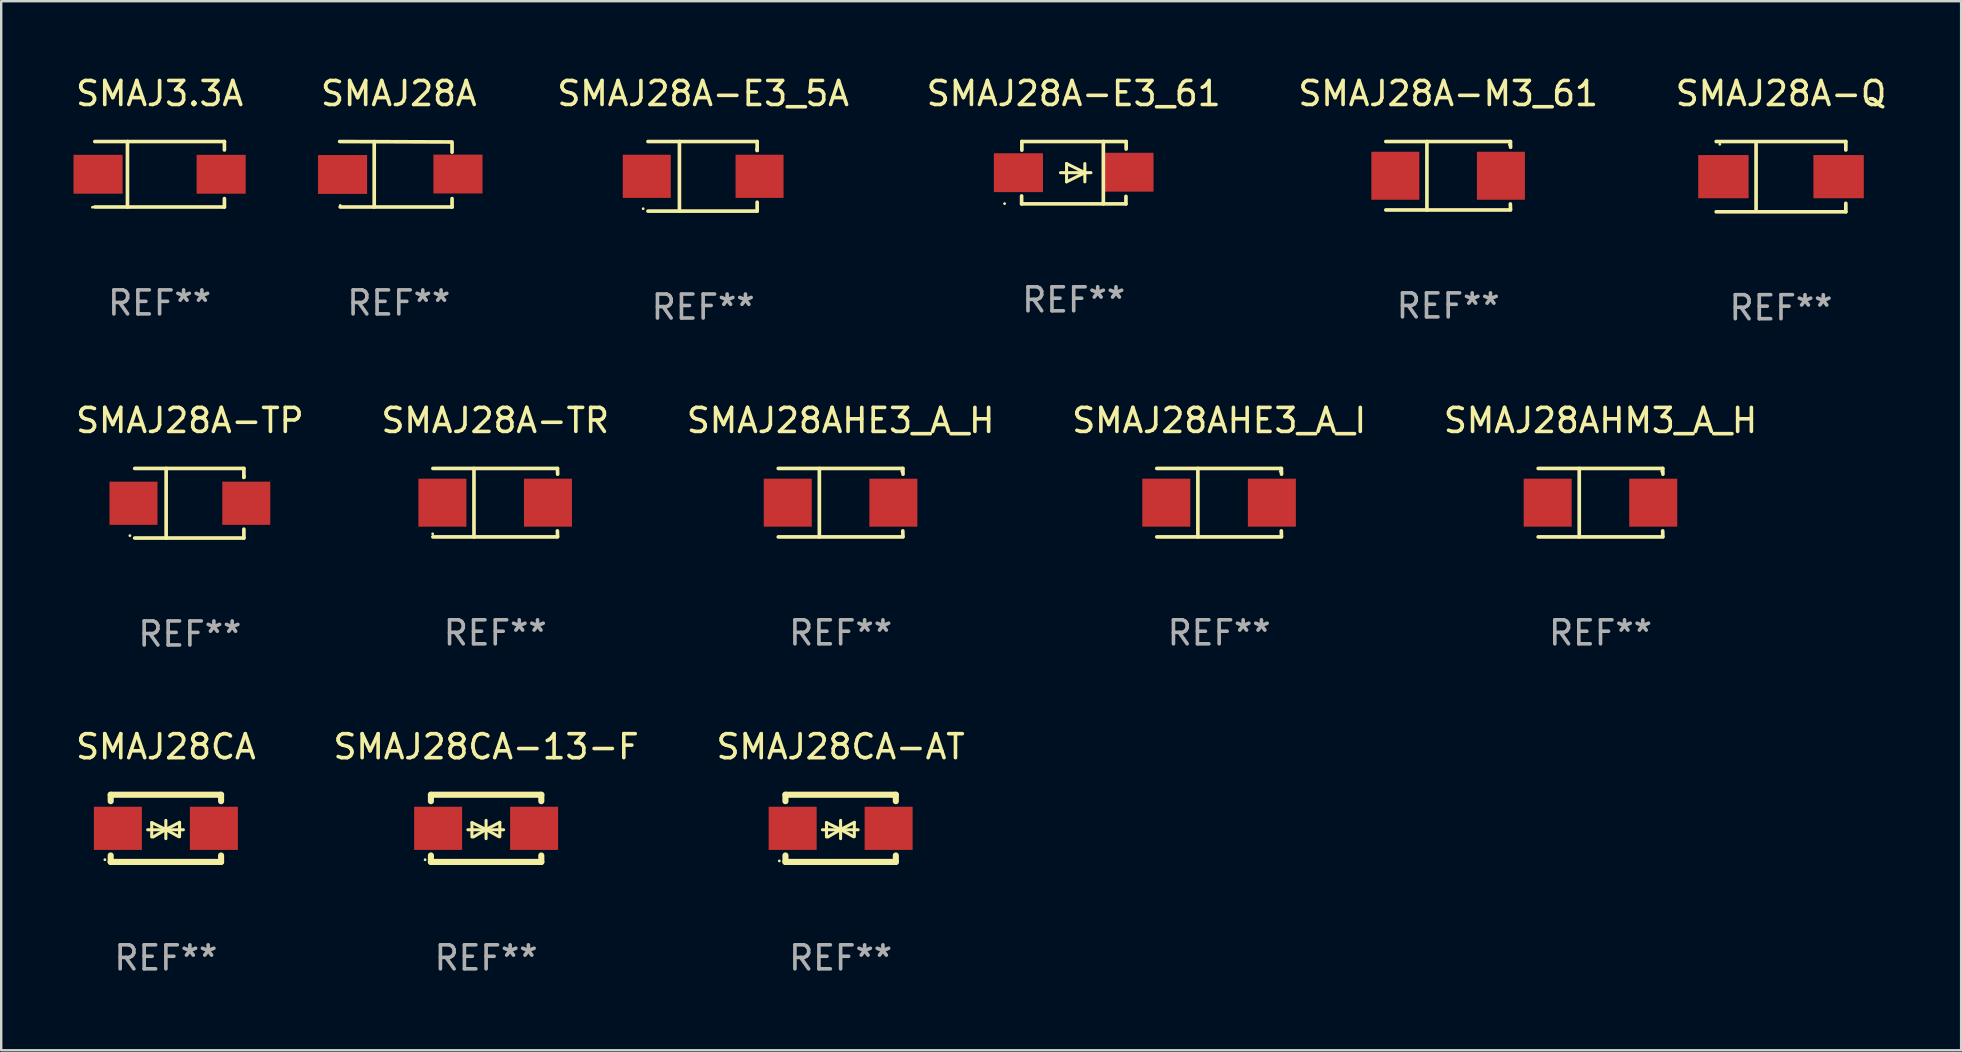
<source format=kicad_pcb>
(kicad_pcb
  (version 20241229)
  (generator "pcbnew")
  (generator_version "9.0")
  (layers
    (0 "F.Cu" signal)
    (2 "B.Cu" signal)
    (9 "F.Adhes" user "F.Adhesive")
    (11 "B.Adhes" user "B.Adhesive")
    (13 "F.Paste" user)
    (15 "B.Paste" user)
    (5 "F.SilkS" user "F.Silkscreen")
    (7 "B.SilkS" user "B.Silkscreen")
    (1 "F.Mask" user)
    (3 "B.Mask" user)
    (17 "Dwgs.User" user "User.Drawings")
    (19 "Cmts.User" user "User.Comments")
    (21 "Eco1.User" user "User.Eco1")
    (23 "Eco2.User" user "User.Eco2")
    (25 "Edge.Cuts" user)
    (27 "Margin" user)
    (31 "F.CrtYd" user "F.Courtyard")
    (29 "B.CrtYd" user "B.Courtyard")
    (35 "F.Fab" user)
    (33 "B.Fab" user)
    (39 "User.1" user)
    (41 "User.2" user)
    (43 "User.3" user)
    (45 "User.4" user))
  (footprint "SMAJ3.3A"
    (layer "F.Cu")
    (at 3.601 4.212)
    (property "Reference" "SMAJ3.3A" (at 0 -3.364 0) (layer "F.SilkS") (effects (font (size 1 1) (thickness 0.15))))
    (attr through_hole)
    (fp_line (start -2.701 -1.364) (end 2.701 -1.364) (stroke (width 0.152) (type solid)) (layer "F.SilkS"))
    (fp_line (start -2.701 1.364) (end 2.701 1.364) (stroke (width 0.152) (type solid)) (layer "F.SilkS"))
    (fp_line (start -1.339 -1.364) (end -1.339 1.364) (stroke (width 0.152) (type solid)) (layer "F.SilkS"))
    (fp_line (start 2.701 -1.364) (end 2.701 -1.013) (stroke (width 0.152) (type solid)) (layer "F.SilkS"))
    (fp_line (start 2.701 1.364) (end 2.701 1.013) (stroke (width 0.152) (type solid)) (layer "F.SilkS"))
    (fp_circle (center -2.8 1.375) (end -2.77 1.375) (stroke (width 0.06) (type solid)) (fill no) (layer "F.SilkS"))
    (fp_text user "REF**" (at 0 5.364 0) (layer "F.Fab") (effects (font (size 1 1) (thickness 0.15))))
    (pad "1" smd rect (at -2.565 -0.000025) (size 2.046 1.62) (layers "F.Cu" "F.Mask" "F.Paste"))
    (pad "2" smd rect (at 2.565 -0.000025) (size 2.046 1.62) (layers "F.Cu" "F.Mask" "F.Paste")))
  (footprint "SMAJ28CA"
    (layer "F.Cu")
    (at 3.863 31.469)
    (property "Reference" "SMAJ28CA" (at 0 -3.4 0) (layer "F.SilkS") (effects (font (size 1 1) (thickness 0.15))))
    (attr through_hole)
    (fp_line (start -2.3 -1.4) (end -2.3 -1.131) (stroke (width 0.254) (type solid)) (layer "F.SilkS"))
    (fp_line (start -2.3 -1.4) (end 2.3 -1.4) (stroke (width 0.254) (type solid)) (layer "F.SilkS"))
    (fp_line (start -2.3 1.131) (end -2.3 1.4) (stroke (width 0.254) (type solid)) (layer "F.SilkS"))
    (fp_line (start -2.3 1.4) (end 2.3 1.4) (stroke (width 0.254) (type solid)) (layer "F.SilkS"))
    (fp_line (start -0.76 0.06) (end 0.73 0.06) (stroke (width 0.127) (type solid)) (layer "F.SilkS"))
    (fp_line (start -0.59 -0.24) (end -0.59 0.36) (stroke (width 0.127) (type solid)) (layer "F.SilkS"))
    (fp_line (start -0.59 -0.24) (end -0.002 0.049) (stroke (width 0.127) (type solid)) (layer "F.SilkS"))
    (fp_line (start -0.53 0.36) (end -0.002 0.049) (stroke (width 0.127) (type solid)) (layer "F.SilkS"))
    (fp_line (start -0.002 0.049) (end -0.002 -0.332) (stroke (width 0.127) (type solid)) (layer "F.SilkS"))
    (fp_line (start -0.002 0.049) (end -0.002 0.43) (stroke (width 0.127) (type solid)) (layer "F.SilkS"))
    (fp_line (start 0.54 0.35) (end -0.002 0.049) (stroke (width 0.127) (type solid)) (layer "F.SilkS"))
    (fp_line (start 0.57 -0.25) (end -0.002 0.049) (stroke (width 0.127) (type solid)) (layer "F.SilkS"))
    (fp_line (start 0.57 -0.25) (end 0.57 0.35) (stroke (width 0.127) (type solid)) (layer "F.SilkS"))
    (fp_line (start 2.3 -1.4) (end 2.3 -1.131) (stroke (width 0.254) (type solid)) (layer "F.SilkS"))
    (fp_line (start 2.3 1.131) (end 2.3 1.4) (stroke (width 0.254) (type solid)) (layer "F.SilkS"))
    (fp_circle (center -2.542 1.308) (end -2.512 1.308) (stroke (width 0.06) (type solid)) (fill no) (layer "F.SilkS"))
    (fp_text user "REF**" (at 0 5.4 0) (layer "F.Fab") (effects (font (size 1 1) (thickness 0.15))))
    (pad "1" smd rect (at -2 0) (size 2 1.8) (layers "F.Cu" "F.Mask" "F.Paste"))
    (pad "2" smd rect (at 2 0) (size 2 1.8) (layers "F.Cu" "F.Mask" "F.Paste")))
  (footprint "SMAJ28A-Q"
    (layer "F.Cu")
    (at 71.17 4.312)
    (property "Reference" "SMAJ28A-Q" (at 0 -3.464 0) (layer "F.SilkS") (effects (font (size 1 1) (thickness 0.15))))
    (attr through_hole)
    (fp_line (start -2.701 -1.464) (end 2.701 -1.464) (stroke (width 0.152) (type solid)) (layer "F.SilkS"))
    (fp_line (start -2.701 1.464) (end 2.701 1.464) (stroke (width 0.152) (type solid)) (layer "F.SilkS"))
    (fp_line (start -1.039 -1.364) (end -1.039 1.364) (stroke (width 0.152) (type solid)) (layer "F.SilkS"))
    (fp_line (start 2.701 -1.464) (end 2.701 -1.113) (stroke (width 0.152) (type solid)) (layer "F.SilkS"))
    (fp_line (start 2.701 1.464) (end 2.701 1.113) (stroke (width 0.152) (type solid)) (layer "F.SilkS"))
    (fp_circle (center -2.55 -1.35) (end -2.52 -1.35) (stroke (width 0.06) (type solid)) (fill no) (layer "F.SilkS"))
    (fp_text user "REF**" (at 0 5.464 0) (layer "F.Fab") (effects (font (size 1 1) (thickness 0.15))))
    (pad "1" smd rect (at -2.4 0) (size 2.1 1.8) (layers "F.Cu" "F.Mask" "F.Paste"))
    (pad "2" smd rect (at 2.4 0) (size 2.1 1.8) (layers "F.Cu" "F.Mask" "F.Paste")))
  (footprint "SMAJ28A-E3_61"
    (layer "F.Cu")
    (at 41.694 4.147)
    (property "Reference" "SMAJ28A-E3_61" (at 0 -3.299 0) (layer "F.SilkS") (effects (font (size 1 1) (thickness 0.15))))
    (attr through_hole)
    (fp_line (start -2.17 0.969) (end -2.17 1.299) (stroke (width 0.152) (type solid)) (layer "F.SilkS"))
    (fp_line (start -2.17 1.299) (end 2.177 1.299) (stroke (width 0.152) (type solid)) (layer "F.SilkS"))
    (fp_line (start -2.16 -1.299) (end 2.186 -1.299) (stroke (width 0.152) (type solid)) (layer "F.SilkS"))
    (fp_line (start -2.16 -0.94) (end -2.16 -1.299) (stroke (width 0.152) (type solid)) (layer "F.SilkS"))
    (fp_line (start -0.551 -0.000483) (end 0.719 -0.000483) (stroke (width 0.127) (type solid)) (layer "F.SilkS"))
    (fp_line (start -0.297 -0.381) (end 0.465 -0.000483) (stroke (width 0.127) (type solid)) (layer "F.SilkS"))
    (fp_line (start -0.297 -0.000483) (end -0.297 -0.381) (stroke (width 0.127) (type solid)) (layer "F.SilkS"))
    (fp_line (start -0.297 -0.000483) (end -0.297 0.381) (stroke (width 0.127) (type solid)) (layer "F.SilkS"))
    (fp_line (start -0.297 0.381) (end 0.465 -0.000483) (stroke (width 0.127) (type solid)) (layer "F.SilkS"))
    (fp_line (start 0.465 -0.000483) (end 0.465 -0.381) (stroke (width 0.127) (type solid)) (layer "F.SilkS"))
    (fp_line (start 0.465 -0.000483) (end 0.465 0.381) (stroke (width 0.127) (type solid)) (layer "F.SilkS"))
    (fp_line (start 1.236 -1.299) (end 1.236 1.299) (stroke (width 0.152) (type solid)) (layer "F.SilkS"))
    (fp_line (start 2.177 1.299) (end 2.177 0.988) (stroke (width 0.152) (type solid)) (layer "F.SilkS"))
    (fp_line (start 2.186 -1.299) (end 2.186 -0.987) (stroke (width 0.152) (type solid)) (layer "F.SilkS"))
    (fp_circle (center -2.879 1.289) (end -2.849 1.289) (stroke (width 0.06) (type solid)) (fill no) (layer "F.SilkS"))
    (fp_text user "REF**" (at 0 5.299 0) (layer "F.Fab") (effects (font (size 1 1) (thickness 0.15))))
    (pad "1" smd rect (at -2.304 -0.001) (size 2.046 1.62) (layers "F.Cu" "F.Mask" "F.Paste"))
    (pad "2" smd rect (at 2.304 -0.02 180) (size 2.046 1.62) (layers "F.Cu" "F.Mask" "F.Paste")))
  (footprint "SMAJ28A-M3_61"
    (layer "F.Cu")
    (at 57.301 4.274)
    (property "Reference" "SMAJ28A-M3_61" (at 0 -3.426 0) (layer "F.SilkS") (effects (font (size 1 1) (thickness 0.15))))
    (attr through_hole)
    (fp_line (start -2.6 -1.426) (end 2.593 -1.426) (stroke (width 0.152) (type solid)) (layer "F.SilkS"))
    (fp_line (start -2.6 1.426) (end 2.593 1.426) (stroke (width 0.152) (type solid)) (layer "F.SilkS"))
    (fp_line (start -0.887 -1.426) (end -0.887 1.426) (stroke (width 0.152) (type solid)) (layer "F.SilkS"))
    (fp_line (start 2.59 1.176) (end 2.597 1.415) (stroke (width 0.152) (type solid)) (layer "F.SilkS"))
    (fp_line (start 2.593 -1.426) (end 2.6 -1.187) (stroke (width 0.152) (type solid)) (layer "F.SilkS"))
    (fp_circle (center 2.547 -1.3) (end 2.577 -1.3) (stroke (width 0.06) (type solid)) (fill no) (layer "F.SilkS"))
    (fp_text user "REF**" (at 0 5.426 0) (layer "F.Fab") (effects (font (size 1 1) (thickness 0.15))))
    (pad "1" smd rect (at 2.197 -0.000025 180) (size 2 2) (layers "F.Cu" "F.Mask" "F.Paste"))
    (pad "2" smd rect (at -2.203 -0.000025 180) (size 2 2) (layers "F.Cu" "F.Mask" "F.Paste")))
  (footprint "SMAJ28CA-AT"
    (layer "F.Cu")
    (at 31.982 31.469)
    (property "Reference" "SMAJ28CA-AT" (at 0 -3.4 0) (layer "F.SilkS") (effects (font (size 1 1) (thickness 0.15))))
    (attr through_hole)
    (fp_line (start -2.3 -1.4) (end -2.3 -1.131) (stroke (width 0.254) (type solid)) (layer "F.SilkS"))
    (fp_line (start -2.3 -1.4) (end 2.3 -1.4) (stroke (width 0.254) (type solid)) (layer "F.SilkS"))
    (fp_line (start -2.3 1.131) (end -2.3 1.4) (stroke (width 0.254) (type solid)) (layer "F.SilkS"))
    (fp_line (start -2.3 1.4) (end 2.3 1.4) (stroke (width 0.254) (type solid)) (layer "F.SilkS"))
    (fp_line (start -0.76 0.06) (end 0.73 0.06) (stroke (width 0.127) (type solid)) (layer "F.SilkS"))
    (fp_line (start -0.59 -0.24) (end -0.59 0.36) (stroke (width 0.127) (type solid)) (layer "F.SilkS"))
    (fp_line (start -0.59 -0.24) (end -0.002 0.049) (stroke (width 0.127) (type solid)) (layer "F.SilkS"))
    (fp_line (start -0.53 0.36) (end -0.002 0.049) (stroke (width 0.127) (type solid)) (layer "F.SilkS"))
    (fp_line (start -0.002 0.049) (end -0.002 -0.332) (stroke (width 0.127) (type solid)) (layer "F.SilkS"))
    (fp_line (start -0.002 0.049) (end -0.002 0.43) (stroke (width 0.127) (type solid)) (layer "F.SilkS"))
    (fp_line (start 0.54 0.35) (end -0.002 0.049) (stroke (width 0.127) (type solid)) (layer "F.SilkS"))
    (fp_line (start 0.57 -0.25) (end -0.002 0.049) (stroke (width 0.127) (type solid)) (layer "F.SilkS"))
    (fp_line (start 0.57 -0.25) (end 0.57 0.35) (stroke (width 0.127) (type solid)) (layer "F.SilkS"))
    (fp_line (start 2.3 -1.4) (end 2.3 -1.131) (stroke (width 0.254) (type solid)) (layer "F.SilkS"))
    (fp_line (start 2.3 1.131) (end 2.3 1.4) (stroke (width 0.254) (type solid)) (layer "F.SilkS"))
    (fp_circle (center -2.555 1.358) (end -2.525 1.358) (stroke (width 0.06) (type solid)) (fill no) (layer "F.SilkS"))
    (fp_text user "REF**" (at 0 5.4 0) (layer "F.Fab") (effects (font (size 1 1) (thickness 0.15))))
    (pad "1" smd rect (at -2 -0.000025) (size 2 1.8) (layers "F.Cu" "F.Mask" "F.Paste"))
    (pad "2" smd rect (at 2 -0.000025) (size 2 1.8) (layers "F.Cu" "F.Mask" "F.Paste")))
  (footprint "SMAJ28A-TR"
    (layer "F.Cu")
    (at 17.589 17.898)
    (property "Reference" "SMAJ28A-TR" (at 0 -3.426 0) (layer "F.SilkS") (effects (font (size 1 1) (thickness 0.15))))
    (attr through_hole)
    (fp_line (start -2.6 -1.426) (end 2.593 -1.426) (stroke (width 0.152) (type solid)) (layer "F.SilkS"))
    (fp_line (start -2.6 1.426) (end 2.593 1.426) (stroke (width 0.152) (type solid)) (layer "F.SilkS"))
    (fp_line (start -0.887 -1.426) (end -0.887 1.426) (stroke (width 0.152) (type solid)) (layer "F.SilkS"))
    (fp_line (start 2.59 1.176) (end 2.597 1.415) (stroke (width 0.152) (type solid)) (layer "F.SilkS"))
    (fp_line (start 2.593 -1.426) (end 2.6 -1.187) (stroke (width 0.152) (type solid)) (layer "F.SilkS"))
    (fp_circle (center -2.608 1.3) (end -2.578 1.3) (stroke (width 0.06) (type solid)) (fill no) (layer "F.SilkS"))
    (fp_text user "REF**" (at 0 5.426 0) (layer "F.Fab") (effects (font (size 1 1) (thickness 0.15))))
    (pad "1" smd rect (at -2.203 0 180) (size 2 2) (layers "F.Cu" "F.Mask" "F.Paste"))
    (pad "2" smd rect (at 2.197 0 180) (size 2 2) (layers "F.Cu" "F.Mask" "F.Paste")))
  (footprint "SMAJ28A-TP"
    (layer "F.Cu")
    (at 4.863 17.922)
    (property "Reference" "SMAJ28A-TP" (at 0 -3.45 0) (layer "F.SilkS") (effects (font (size 1 1) (thickness 0.15))))
    (attr through_hole)
    (fp_line (start -2.3 -1.45) (end 2.25 -1.45) (stroke (width 0.152) (type solid)) (layer "F.SilkS"))
    (fp_line (start -0.989 -1.45) (end -0.989 1.45) (stroke (width 0.152) (type solid)) (layer "F.SilkS"))
    (fp_line (start 2.25 -1.45) (end 2.25 -1.08) (stroke (width 0.152) (type solid)) (layer "F.SilkS"))
    (fp_line (start 2.25 -1.08) (end 2.25 -1.142) (stroke (width 0.152) (type solid)) (layer "F.SilkS"))
    (fp_line (start 2.25 1.45) (end -2.3 1.45) (stroke (width 0.152) (type solid)) (layer "F.SilkS"))
    (fp_line (start 2.25 1.45) (end 2.25 1.08) (stroke (width 0.152) (type solid)) (layer "F.SilkS"))
    (fp_circle (center -2.5 1.35) (end -2.47 1.35) (stroke (width 0.06) (type solid)) (fill no) (layer "F.SilkS"))
    (fp_text user "REF**" (at 0 5.45 0) (layer "F.Fab") (effects (font (size 1 1) (thickness 0.15))))
    (pad "1" smd rect (at -2.35 0.000025) (size 2 1.8) (layers "F.Cu" "F.Mask" "F.Paste"))
    (pad "2" smd rect (at 2.35 0.000025) (size 2 1.8) (layers "F.Cu" "F.Mask" "F.Paste")))
  (footprint "SMAJ28AHE3_A_I"
    (layer "F.Cu")
    (at 47.756 17.898)
    (property "Reference" "SMAJ28AHE3_A_I" (at 0 -3.426 0) (layer "F.SilkS") (effects (font (size 1 1) (thickness 0.15))))
    (attr through_hole)
    (fp_line (start -2.6 -1.426) (end 2.593 -1.426) (stroke (width 0.152) (type solid)) (layer "F.SilkS"))
    (fp_line (start -2.6 1.426) (end 2.593 1.426) (stroke (width 0.152) (type solid)) (layer "F.SilkS"))
    (fp_line (start -0.887 -1.426) (end -0.887 1.426) (stroke (width 0.152) (type solid)) (layer "F.SilkS"))
    (fp_line (start 2.59 1.176) (end 2.597 1.415) (stroke (width 0.152) (type solid)) (layer "F.SilkS"))
    (fp_line (start 2.593 -1.426) (end 2.6 -1.187) (stroke (width 0.152) (type solid)) (layer "F.SilkS"))
    (fp_circle (center 2.547 -1.3) (end 2.577 -1.3) (stroke (width 0.06) (type solid)) (fill no) (layer "F.SilkS"))
    (fp_text user "REF**" (at 0 5.426 0) (layer "F.Fab") (effects (font (size 1 1) (thickness 0.15))))
    (pad "1" smd rect (at 2.197 -0.000025 180) (size 2 2) (layers "F.Cu" "F.Mask" "F.Paste"))
    (pad "2" smd rect (at -2.203 -0.000025 180) (size 2 2) (layers "F.Cu" "F.Mask" "F.Paste")))
  (footprint "SMAJ28AHE3_A_H"
    (layer "F.Cu")
    (at 31.982 17.898)
    (property "Reference" "SMAJ28AHE3_A_H" (at 0 -3.426 0) (layer "F.SilkS") (effects (font (size 1 1) (thickness 0.15))))
    (attr through_hole)
    (fp_line (start -2.6 -1.426) (end 2.593 -1.426) (stroke (width 0.152) (type solid)) (layer "F.SilkS"))
    (fp_line (start -2.6 1.426) (end 2.593 1.426) (stroke (width 0.152) (type solid)) (layer "F.SilkS"))
    (fp_line (start -0.887 -1.426) (end -0.887 1.426) (stroke (width 0.152) (type solid)) (layer "F.SilkS"))
    (fp_line (start 2.59 1.176) (end 2.597 1.415) (stroke (width 0.152) (type solid)) (layer "F.SilkS"))
    (fp_line (start 2.593 -1.426) (end 2.6 -1.187) (stroke (width 0.152) (type solid)) (layer "F.SilkS"))
    (fp_circle (center 2.547 -1.3) (end 2.577 -1.3) (stroke (width 0.06) (type solid)) (fill no) (layer "F.SilkS"))
    (fp_text user "REF**" (at 0 5.426 0) (layer "F.Fab") (effects (font (size 1 1) (thickness 0.15))))
    (pad "1" smd rect (at 2.197 -0.000025 180) (size 2 2) (layers "F.Cu" "F.Mask" "F.Paste"))
    (pad "2" smd rect (at -2.203 -0.000025 180) (size 2 2) (layers "F.Cu" "F.Mask" "F.Paste")))
  (footprint "SMAJ28AHM3_A_H"
    (layer "F.Cu")
    (at 63.649 17.898)
    (property "Reference" "SMAJ28AHM3_A_H" (at 0 -3.426 0) (layer "F.SilkS") (effects (font (size 1 1) (thickness 0.15))))
    (attr through_hole)
    (fp_line (start -2.6 -1.426) (end 2.593 -1.426) (stroke (width 0.152) (type solid)) (layer "F.SilkS"))
    (fp_line (start -2.6 1.426) (end 2.593 1.426) (stroke (width 0.152) (type solid)) (layer "F.SilkS"))
    (fp_line (start -0.887 -1.426) (end -0.887 1.426) (stroke (width 0.152) (type solid)) (layer "F.SilkS"))
    (fp_line (start 2.59 1.176) (end 2.597 1.415) (stroke (width 0.152) (type solid)) (layer "F.SilkS"))
    (fp_line (start 2.593 -1.426) (end 2.6 -1.187) (stroke (width 0.152) (type solid)) (layer "F.SilkS"))
    (fp_circle (center 2.547 -1.3) (end 2.577 -1.3) (stroke (width 0.06) (type solid)) (fill no) (layer "F.SilkS"))
    (fp_text user "REF**" (at 0 5.426 0) (layer "F.Fab") (effects (font (size 1 1) (thickness 0.15))))
    (pad "1" smd rect (at 2.197 -0.000025 180) (size 2 2) (layers "F.Cu" "F.Mask" "F.Paste"))
    (pad "2" smd rect (at -2.203 -0.000025 180) (size 2 2) (layers "F.Cu" "F.Mask" "F.Paste")))
  (footprint "SMAJ28A-E3_5A"
    (layer "F.Cu")
    (at 26.253 4.298)
    (property "Reference" "SMAJ28A-E3_5A" (at 0 -3.45 0) (layer "F.SilkS") (effects (font (size 1 1) (thickness 0.15))))
    (attr through_hole)
    (fp_line (start -2.3 -1.45) (end 2.25 -1.45) (stroke (width 0.152) (type solid)) (layer "F.SilkS"))
    (fp_line (start -0.989 -1.45) (end -0.989 1.45) (stroke (width 0.152) (type solid)) (layer "F.SilkS"))
    (fp_line (start 2.25 -1.45) (end 2.25 -1.08) (stroke (width 0.152) (type solid)) (layer "F.SilkS"))
    (fp_line (start 2.25 -1.08) (end 2.25 -1.142) (stroke (width 0.152) (type solid)) (layer "F.SilkS"))
    (fp_line (start 2.25 1.45) (end -2.3 1.45) (stroke (width 0.152) (type solid)) (layer "F.SilkS"))
    (fp_line (start 2.25 1.45) (end 2.25 1.08) (stroke (width 0.152) (type solid)) (layer "F.SilkS"))
    (fp_circle (center -2.5 1.35) (end -2.47 1.35) (stroke (width 0.06) (type solid)) (fill no) (layer "F.SilkS"))
    (fp_text user "REF**" (at 0 5.45 0) (layer "F.Fab") (effects (font (size 1 1) (thickness 0.15))))
    (pad "1" smd rect (at -2.35 0.000025) (size 2 1.8) (layers "F.Cu" "F.Mask" "F.Paste"))
    (pad "2" smd rect (at 2.35 0.000025) (size 2 1.8) (layers "F.Cu" "F.Mask" "F.Paste")))
  (footprint "SMAJ28CA-13-F"
    (layer "F.Cu")
    (at 17.208 31.469)
    (property "Reference" "SMAJ28CA-13-F" (at 0 -3.4 0) (layer "F.SilkS") (effects (font (size 1 1) (thickness 0.15))))
    (attr through_hole)
    (fp_line (start -2.3 -1.4) (end -2.3 -1.131) (stroke (width 0.254) (type solid)) (layer "F.SilkS"))
    (fp_line (start -2.3 -1.4) (end 2.3 -1.4) (stroke (width 0.254) (type solid)) (layer "F.SilkS"))
    (fp_line (start -2.3 1.131) (end -2.3 1.4) (stroke (width 0.254) (type solid)) (layer "F.SilkS"))
    (fp_line (start -2.3 1.4) (end 2.3 1.4) (stroke (width 0.254) (type solid)) (layer "F.SilkS"))
    (fp_line (start -0.76 0.06) (end 0.73 0.06) (stroke (width 0.127) (type solid)) (layer "F.SilkS"))
    (fp_line (start -0.59 -0.24) (end -0.59 0.36) (stroke (width 0.127) (type solid)) (layer "F.SilkS"))
    (fp_line (start -0.59 -0.24) (end -0.002 0.049) (stroke (width 0.127) (type solid)) (layer "F.SilkS"))
    (fp_line (start -0.53 0.36) (end -0.002 0.049) (stroke (width 0.127) (type solid)) (layer "F.SilkS"))
    (fp_line (start -0.002 0.049) (end -0.002 -0.332) (stroke (width 0.127) (type solid)) (layer "F.SilkS"))
    (fp_line (start -0.002 0.049) (end -0.002 0.43) (stroke (width 0.127) (type solid)) (layer "F.SilkS"))
    (fp_line (start 0.54 0.35) (end -0.002 0.049) (stroke (width 0.127) (type solid)) (layer "F.SilkS"))
    (fp_line (start 0.57 -0.25) (end -0.002 0.049) (stroke (width 0.127) (type solid)) (layer "F.SilkS"))
    (fp_line (start 0.57 -0.25) (end 0.57 0.35) (stroke (width 0.127) (type solid)) (layer "F.SilkS"))
    (fp_line (start 2.3 -1.4) (end 2.3 -1.131) (stroke (width 0.254) (type solid)) (layer "F.SilkS"))
    (fp_line (start 2.3 1.131) (end 2.3 1.4) (stroke (width 0.254) (type solid)) (layer "F.SilkS"))
    (fp_circle (center -2.542 1.308) (end -2.512 1.308) (stroke (width 0.06) (type solid)) (fill no) (layer "F.SilkS"))
    (fp_text user "REF**" (at 0 5.4 0) (layer "F.Fab") (effects (font (size 1 1) (thickness 0.15))))
    (pad "1" smd rect (at -2 0) (size 2 1.8) (layers "F.Cu" "F.Mask" "F.Paste"))
    (pad "2" smd rect (at 2 0) (size 2 1.8) (layers "F.Cu" "F.Mask" "F.Paste")))
  (footprint "SMAJ28A"
    (layer "F.Cu")
    (at 13.569 4.212)
    (property "Reference" "SMAJ28A" (at 0 -3.364 0) (layer "F.SilkS") (effects (font (size 1 1) (thickness 0.15))))
    (attr through_hole)
    (fp_line (start -2.465 -1.364) (end 2.22 -1.346) (stroke (width 0.152) (type solid)) (layer "F.SilkS"))
    (fp_line (start -2.442 1.364) (end 2.226 1.364) (stroke (width 0.152) (type solid)) (layer "F.SilkS"))
    (fp_line (start -1.024 -1.364) (end -1.024 1.364) (stroke (width 0.152) (type solid)) (layer "F.SilkS"))
    (fp_line (start 2.22 -1.27) (end 2.22 -0.919) (stroke (width 0.152) (type solid)) (layer "F.SilkS"))
    (fp_line (start 2.22 1.364) (end 2.22 1.013) (stroke (width 0.152) (type solid)) (layer "F.SilkS"))
    (fp_circle (center -2.439 1.3) (end -2.409 1.3) (stroke (width 0.06) (type solid)) (fill no) (layer "F.SilkS"))
    (fp_text user "REF**" (at 0 5.364 0) (layer "F.Fab") (effects (font (size 1 1) (thickness 0.15))))
    (pad "1" smd rect (at -2.343 0.009) (size 2.046 1.62) (layers "F.Cu" "F.Mask" "F.Paste"))
    (pad "2" smd rect (at 2.465 -0.009 180) (size 2.046 1.62) (layers "F.Cu" "F.Mask" "F.Paste")))
  (gr_rect
    (start -3 -3)
    (end 78.676 40.717)
    (stroke (width 0.1) (type default))
    (fill no)
    (layer "Edge.Cuts")))
</source>
